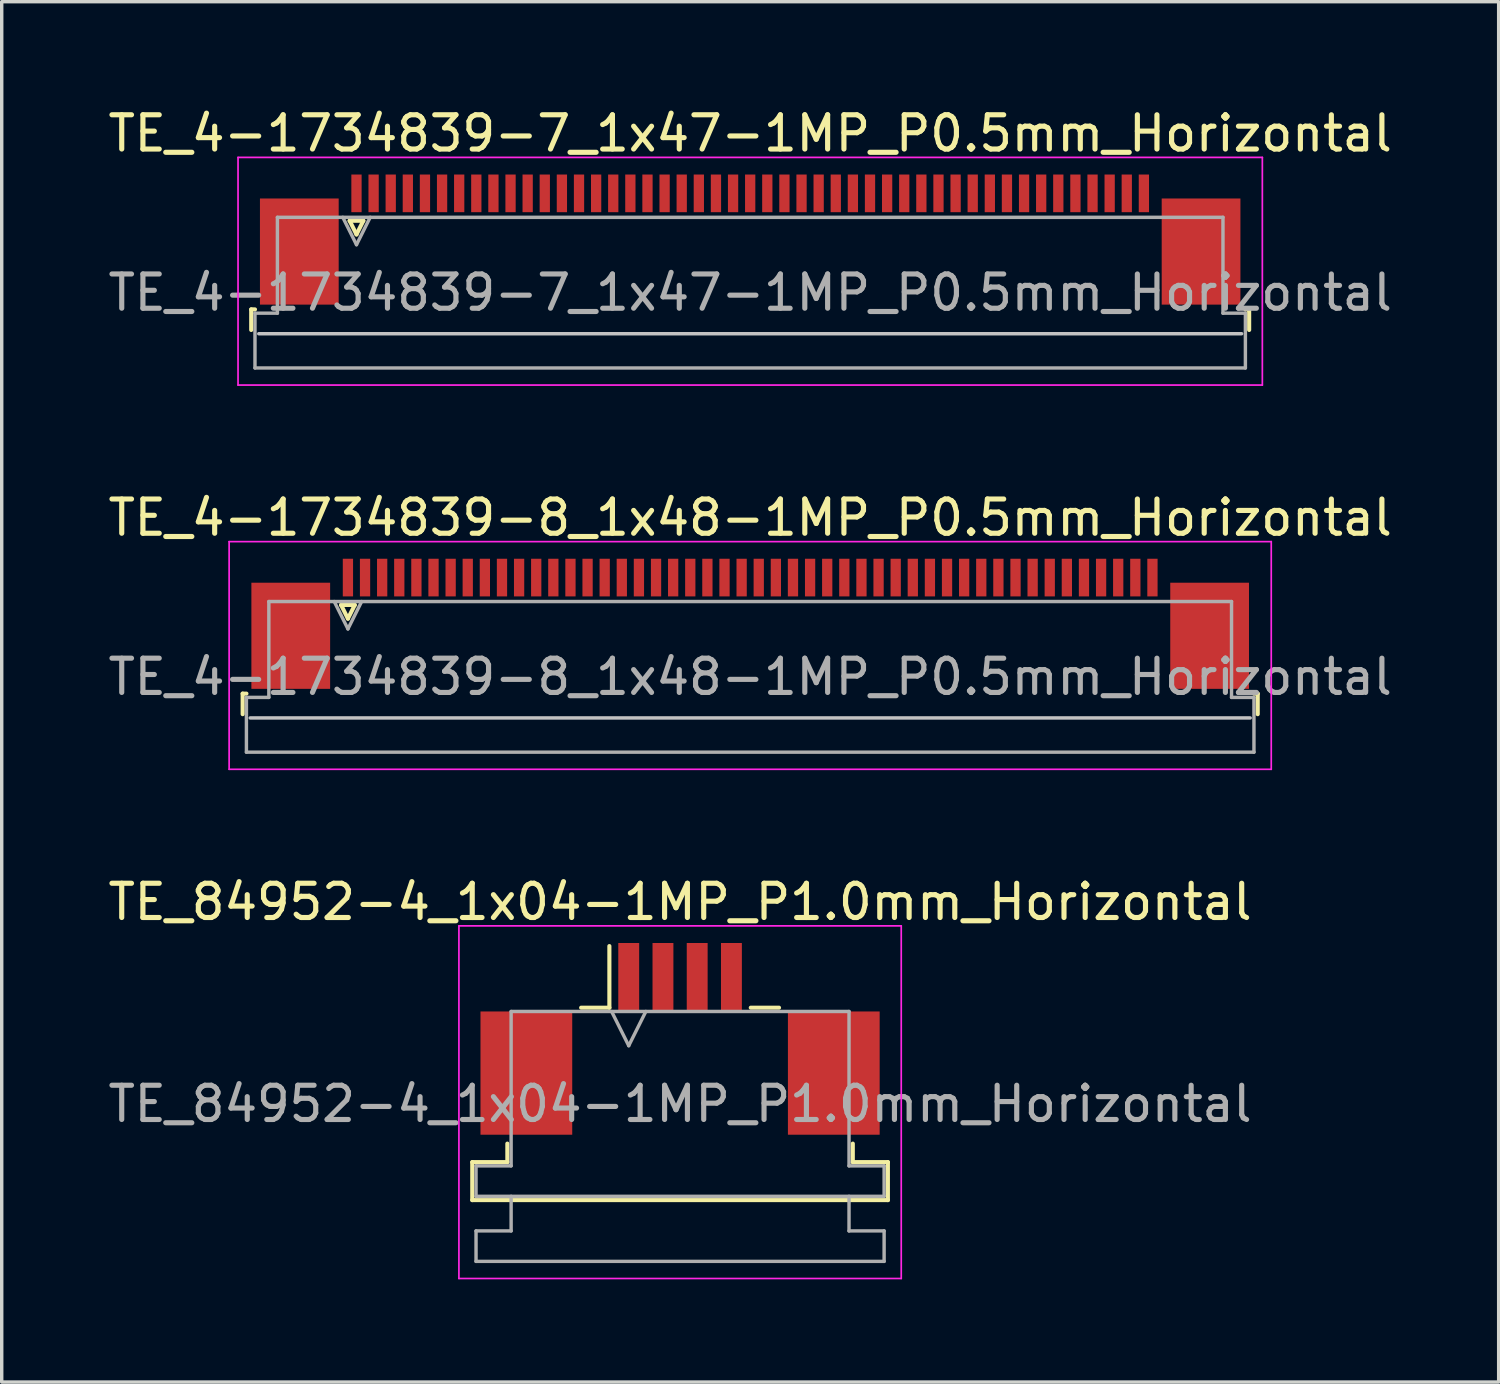
<source format=kicad_pcb>
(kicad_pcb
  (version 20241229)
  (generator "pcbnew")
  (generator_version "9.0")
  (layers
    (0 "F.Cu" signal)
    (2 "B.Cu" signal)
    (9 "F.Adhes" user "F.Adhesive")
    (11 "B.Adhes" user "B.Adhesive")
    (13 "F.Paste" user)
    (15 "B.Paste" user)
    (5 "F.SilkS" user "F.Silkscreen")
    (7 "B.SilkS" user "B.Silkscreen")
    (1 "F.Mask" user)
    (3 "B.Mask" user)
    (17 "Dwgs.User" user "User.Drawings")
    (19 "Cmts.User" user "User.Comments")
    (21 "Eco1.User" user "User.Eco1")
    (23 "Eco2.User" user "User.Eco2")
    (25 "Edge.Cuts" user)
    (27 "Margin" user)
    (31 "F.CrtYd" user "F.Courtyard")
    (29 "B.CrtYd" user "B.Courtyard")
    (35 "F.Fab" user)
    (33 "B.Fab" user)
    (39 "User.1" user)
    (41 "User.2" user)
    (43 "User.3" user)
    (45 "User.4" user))
  (footprint "TE_84952-4_1x04-1MP_P1.0mm_Horizontal"
    (layer "F.Cu")
    (at 16.815 27.295)
    (property "Reference" "TE_84952-4_1x04-1MP_P1.0mm_Horizontal" (at 0 -4 0) (layer "F.SilkS") (effects (font (size 1 1) (thickness 0.15))))
    (attr smd)
    (fp_line (start -6.07 3.6) (end -5.045 3.6) (stroke (width 0.12) (type solid)) (layer "F.SilkS"))
    (fp_line (start -6.07 4.71) (end -6.07 3.6) (stroke (width 0.12) (type solid)) (layer "F.SilkS"))
    (fp_line (start -5.045 3.6) (end -5.045 3.06) (stroke (width 0.12) (type solid)) (layer "F.SilkS"))
    (fp_line (start -2.89 -0.91) (end -2.065 -0.91) (stroke (width 0.12) (type solid)) (layer "F.SilkS"))
    (fp_line (start -2.065 -0.91) (end -2.065 -2.71) (stroke (width 0.12) (type solid)) (layer "F.SilkS"))
    (fp_line (start 2.065 -0.91) (end 2.89 -0.91) (stroke (width 0.12) (type solid)) (layer "F.SilkS"))
    (fp_line (start 5.045 3.06) (end 5.045 3.6) (stroke (width 0.12) (type solid)) (layer "F.SilkS"))
    (fp_line (start 5.045 3.6) (end 6.07 3.6) (stroke (width 0.12) (type solid)) (layer "F.SilkS"))
    (fp_line (start 6.07 3.6) (end 6.07 4.71) (stroke (width 0.12) (type solid)) (layer "F.SilkS"))
    (fp_line (start 6.07 4.71) (end -6.07 4.71) (stroke (width 0.12) (type solid)) (layer "F.SilkS"))
    (fp_line (start -6.46 -3.3) (end -6.46 7) (stroke (width 0.05) (type solid)) (layer "F.CrtYd"))
    (fp_line (start -6.46 7) (end 6.46 7) (stroke (width 0.05) (type solid)) (layer "F.CrtYd"))
    (fp_line (start 6.46 -3.3) (end -6.46 -3.3) (stroke (width 0.05) (type solid)) (layer "F.CrtYd"))
    (fp_line (start 6.46 7) (end 6.46 -3.3) (stroke (width 0.05) (type solid)) (layer "F.CrtYd"))
    (fp_line (start -5.96 3.71) (end -4.935 3.71) (stroke (width 0.1) (type solid)) (layer "F.Fab"))
    (fp_line (start -5.96 4.6) (end -5.96 3.71) (stroke (width 0.1) (type solid)) (layer "F.Fab"))
    (fp_line (start -5.96 5.61) (end -4.935 5.61) (stroke (width 0.1) (type solid)) (layer "F.Fab"))
    (fp_line (start -5.96 6.5) (end -5.96 5.61) (stroke (width 0.1) (type solid)) (layer "F.Fab"))
    (fp_line (start -4.935 -0.8) (end 4.935 -0.8) (stroke (width 0.1) (type solid)) (layer "F.Fab"))
    (fp_line (start -4.935 3.71) (end -4.935 -0.8) (stroke (width 0.1) (type solid)) (layer "F.Fab"))
    (fp_line (start -4.935 5.61) (end -4.935 4.6) (stroke (width 0.1) (type solid)) (layer "F.Fab"))
    (fp_line (start -2 -0.8) (end -1.5 0.2) (stroke (width 0.1) (type solid)) (layer "F.Fab"))
    (fp_line (start -1.5 0.2) (end -1 -0.8) (stroke (width 0.1) (type solid)) (layer "F.Fab"))
    (fp_line (start 4.935 -0.8) (end 4.935 3.71) (stroke (width 0.1) (type solid)) (layer "F.Fab"))
    (fp_line (start 4.935 3.71) (end 5.96 3.71) (stroke (width 0.1) (type solid)) (layer "F.Fab"))
    (fp_line (start 4.935 4.6) (end 4.935 5.61) (stroke (width 0.1) (type solid)) (layer "F.Fab"))
    (fp_line (start 4.935 5.61) (end 5.96 5.61) (stroke (width 0.1) (type solid)) (layer "F.Fab"))
    (fp_line (start 5.96 3.71) (end 5.96 4.6) (stroke (width 0.1) (type solid)) (layer "F.Fab"))
    (fp_line (start 5.96 4.6) (end -5.96 4.6) (stroke (width 0.1) (type solid)) (layer "F.Fab"))
    (fp_line (start 5.96 5.61) (end 5.96 6.5) (stroke (width 0.1) (type solid)) (layer "F.Fab"))
    (fp_line (start 5.96 6.5) (end -5.96 6.5) (stroke (width 0.1) (type solid)) (layer "F.Fab"))
    (fp_text user "${REFERENCE}" (at 0 1.9 0) (layer "F.Fab") (effects (font (size 1 1) (thickness 0.15))))
    (pad "1" smd rect (at -1.5 -1.8) (size 0.61 2) (layers "F.Cu" "F.Mask" "F.Paste"))
    (pad "2" smd rect (at -0.5 -1.8) (size 0.61 2) (layers "F.Cu" "F.Mask" "F.Paste"))
    (pad "3" smd rect (at 0.5 -1.8) (size 0.61 2) (layers "F.Cu" "F.Mask" "F.Paste"))
    (pad "4" smd rect (at 1.5 -1.8) (size 0.61 2) (layers "F.Cu" "F.Mask" "F.Paste"))
    (pad "MP" smd rect (at -4.49 1) (size 2.68 3.6) (layers "F.Cu" "F.Mask" "F.Paste"))
    (pad "MP" smd rect (at 4.49 1) (size 2.68 3.6) (layers "F.Cu" "F.Mask" "F.Paste")))
  (footprint "TE_4-1734839-8_1x48-1MP_P0.5mm_Horizontal"
    (layer "F.Cu")
    (at 18.863 15.171)
    (property "Reference" "TE_4-1734839-8_1x48-1MP_P0.5mm_Horizontal" (at 0 -3.1 0) (layer "F.SilkS") (effects (font (size 1 1) (thickness 0.15))))
    (attr smd)
    (fp_line (start -14.825 2.04) (end -14.825 2.64) (stroke (width 0.12) (type solid)) (layer "F.SilkS"))
    (fp_line (start -14.715 2.04) (end -14.825 2.04) (stroke (width 0.12) (type solid)) (layer "F.SilkS"))
    (fp_line (start -11.95 -0.55) (end -11.75 -0.15) (stroke (width 0.12) (type solid)) (layer "F.SilkS"))
    (fp_line (start -11.75 -0.15) (end -11.55 -0.55) (stroke (width 0.12) (type solid)) (layer "F.SilkS"))
    (fp_line (start -11.55 -0.55) (end -11.95 -0.55) (stroke (width 0.12) (type solid)) (layer "F.SilkS"))
    (fp_line (start 14.715 2.04) (end 14.825 2.04) (stroke (width 0.12) (type solid)) (layer "F.SilkS"))
    (fp_line (start 14.825 2.04) (end 14.825 2.64) (stroke (width 0.12) (type solid)) (layer "F.SilkS"))
    (fp_line (start 14.605 2.75) (end -14.605 2.75) (stroke (width 0.1) (type solid)) (layer "Dwgs.User"))
    (fp_line (start -15.22 -2.4) (end -15.22 4.25) (stroke (width 0.05) (type solid)) (layer "F.CrtYd"))
    (fp_line (start -15.22 4.25) (end 15.22 4.25) (stroke (width 0.05) (type solid)) (layer "F.CrtYd"))
    (fp_line (start 15.22 -2.4) (end -15.22 -2.4) (stroke (width 0.05) (type solid)) (layer "F.CrtYd"))
    (fp_line (start 15.22 4.25) (end 15.22 -2.4) (stroke (width 0.05) (type solid)) (layer "F.CrtYd"))
    (fp_line (start -14.715 2.15) (end -14.06 2.15) (stroke (width 0.1) (type solid)) (layer "F.Fab"))
    (fp_line (start -14.715 3.75) (end -14.715 2.15) (stroke (width 0.1) (type solid)) (layer "F.Fab"))
    (fp_line (start -14.06 -0.65) (end 14.06 -0.65) (stroke (width 0.1) (type solid)) (layer "F.Fab"))
    (fp_line (start -14.06 2.15) (end -14.06 -0.65) (stroke (width 0.1) (type solid)) (layer "F.Fab"))
    (fp_line (start -12.15 -0.65) (end -11.75 0.15) (stroke (width 0.1) (type solid)) (layer "F.Fab"))
    (fp_line (start -11.75 0.15) (end -11.35 -0.65) (stroke (width 0.1) (type solid)) (layer "F.Fab"))
    (fp_line (start 14.06 -0.65) (end 14.06 2.15) (stroke (width 0.1) (type solid)) (layer "F.Fab"))
    (fp_line (start 14.06 2.15) (end 14.715 2.15) (stroke (width 0.1) (type solid)) (layer "F.Fab"))
    (fp_line (start 14.715 2.15) (end 14.715 3.75) (stroke (width 0.1) (type solid)) (layer "F.Fab"))
    (fp_line (start 14.715 3.75) (end -14.715 3.75) (stroke (width 0.1) (type solid)) (layer "F.Fab"))
    (fp_text user "${REFERENCE}" (at 0 1.55 0) (layer "F.Fab") (effects (font (size 1 1) (thickness 0.15))))
    (pad "1" smd rect (at -11.75 -1.35) (size 0.3 1.1) (layers "F.Cu" "F.Mask" "F.Paste"))
    (pad "2" smd rect (at -11.25 -1.35) (size 0.3 1.1) (layers "F.Cu" "F.Mask" "F.Paste"))
    (pad "3" smd rect (at -10.75 -1.35) (size 0.3 1.1) (layers "F.Cu" "F.Mask" "F.Paste"))
    (pad "4" smd rect (at -10.25 -1.35) (size 0.3 1.1) (layers "F.Cu" "F.Mask" "F.Paste"))
    (pad "5" smd rect (at -9.75 -1.35) (size 0.3 1.1) (layers "F.Cu" "F.Mask" "F.Paste"))
    (pad "6" smd rect (at -9.25 -1.35) (size 0.3 1.1) (layers "F.Cu" "F.Mask" "F.Paste"))
    (pad "7" smd rect (at -8.75 -1.35) (size 0.3 1.1) (layers "F.Cu" "F.Mask" "F.Paste"))
    (pad "8" smd rect (at -8.25 -1.35) (size 0.3 1.1) (layers "F.Cu" "F.Mask" "F.Paste"))
    (pad "9" smd rect (at -7.75 -1.35) (size 0.3 1.1) (layers "F.Cu" "F.Mask" "F.Paste"))
    (pad "10" smd rect (at -7.25 -1.35) (size 0.3 1.1) (layers "F.Cu" "F.Mask" "F.Paste"))
    (pad "11" smd rect (at -6.75 -1.35) (size 0.3 1.1) (layers "F.Cu" "F.Mask" "F.Paste"))
    (pad "12" smd rect (at -6.25 -1.35) (size 0.3 1.1) (layers "F.Cu" "F.Mask" "F.Paste"))
    (pad "13" smd rect (at -5.75 -1.35) (size 0.3 1.1) (layers "F.Cu" "F.Mask" "F.Paste"))
    (pad "14" smd rect (at -5.25 -1.35) (size 0.3 1.1) (layers "F.Cu" "F.Mask" "F.Paste"))
    (pad "15" smd rect (at -4.75 -1.35) (size 0.3 1.1) (layers "F.Cu" "F.Mask" "F.Paste"))
    (pad "16" smd rect (at -4.25 -1.35) (size 0.3 1.1) (layers "F.Cu" "F.Mask" "F.Paste"))
    (pad "17" smd rect (at -3.75 -1.35) (size 0.3 1.1) (layers "F.Cu" "F.Mask" "F.Paste"))
    (pad "18" smd rect (at -3.25 -1.35) (size 0.3 1.1) (layers "F.Cu" "F.Mask" "F.Paste"))
    (pad "19" smd rect (at -2.75 -1.35) (size 0.3 1.1) (layers "F.Cu" "F.Mask" "F.Paste"))
    (pad "20" smd rect (at -2.25 -1.35) (size 0.3 1.1) (layers "F.Cu" "F.Mask" "F.Paste"))
    (pad "21" smd rect (at -1.75 -1.35) (size 0.3 1.1) (layers "F.Cu" "F.Mask" "F.Paste"))
    (pad "22" smd rect (at -1.25 -1.35) (size 0.3 1.1) (layers "F.Cu" "F.Mask" "F.Paste"))
    (pad "23" smd rect (at -0.75 -1.35) (size 0.3 1.1) (layers "F.Cu" "F.Mask" "F.Paste"))
    (pad "24" smd rect (at -0.25 -1.35) (size 0.3 1.1) (layers "F.Cu" "F.Mask" "F.Paste"))
    (pad "25" smd rect (at 0.25 -1.35) (size 0.3 1.1) (layers "F.Cu" "F.Mask" "F.Paste"))
    (pad "26" smd rect (at 0.75 -1.35) (size 0.3 1.1) (layers "F.Cu" "F.Mask" "F.Paste"))
    (pad "27" smd rect (at 1.25 -1.35) (size 0.3 1.1) (layers "F.Cu" "F.Mask" "F.Paste"))
    (pad "28" smd rect (at 1.75 -1.35) (size 0.3 1.1) (layers "F.Cu" "F.Mask" "F.Paste"))
    (pad "29" smd rect (at 2.25 -1.35) (size 0.3 1.1) (layers "F.Cu" "F.Mask" "F.Paste"))
    (pad "30" smd rect (at 2.75 -1.35) (size 0.3 1.1) (layers "F.Cu" "F.Mask" "F.Paste"))
    (pad "31" smd rect (at 3.25 -1.35) (size 0.3 1.1) (layers "F.Cu" "F.Mask" "F.Paste"))
    (pad "32" smd rect (at 3.75 -1.35) (size 0.3 1.1) (layers "F.Cu" "F.Mask" "F.Paste"))
    (pad "33" smd rect (at 4.25 -1.35) (size 0.3 1.1) (layers "F.Cu" "F.Mask" "F.Paste"))
    (pad "34" smd rect (at 4.75 -1.35) (size 0.3 1.1) (layers "F.Cu" "F.Mask" "F.Paste"))
    (pad "35" smd rect (at 5.25 -1.35) (size 0.3 1.1) (layers "F.Cu" "F.Mask" "F.Paste"))
    (pad "36" smd rect (at 5.75 -1.35) (size 0.3 1.1) (layers "F.Cu" "F.Mask" "F.Paste"))
    (pad "37" smd rect (at 6.25 -1.35) (size 0.3 1.1) (layers "F.Cu" "F.Mask" "F.Paste"))
    (pad "38" smd rect (at 6.75 -1.35) (size 0.3 1.1) (layers "F.Cu" "F.Mask" "F.Paste"))
    (pad "39" smd rect (at 7.25 -1.35) (size 0.3 1.1) (layers "F.Cu" "F.Mask" "F.Paste"))
    (pad "40" smd rect (at 7.75 -1.35) (size 0.3 1.1) (layers "F.Cu" "F.Mask" "F.Paste"))
    (pad "41" smd rect (at 8.25 -1.35) (size 0.3 1.1) (layers "F.Cu" "F.Mask" "F.Paste"))
    (pad "42" smd rect (at 8.75 -1.35) (size 0.3 1.1) (layers "F.Cu" "F.Mask" "F.Paste"))
    (pad "43" smd rect (at 9.25 -1.35) (size 0.3 1.1) (layers "F.Cu" "F.Mask" "F.Paste"))
    (pad "44" smd rect (at 9.75 -1.35) (size 0.3 1.1) (layers "F.Cu" "F.Mask" "F.Paste"))
    (pad "45" smd rect (at 10.25 -1.35) (size 0.3 1.1) (layers "F.Cu" "F.Mask" "F.Paste"))
    (pad "46" smd rect (at 10.75 -1.35) (size 0.3 1.1) (layers "F.Cu" "F.Mask" "F.Paste"))
    (pad "47" smd rect (at 11.25 -1.35) (size 0.3 1.1) (layers "F.Cu" "F.Mask" "F.Paste"))
    (pad "48" smd rect (at 11.75 -1.35) (size 0.3 1.1) (layers "F.Cu" "F.Mask" "F.Paste"))
    (pad "MP" smd rect (at -13.42 0.35) (size 2.3 3.1) (layers "F.Cu" "F.Mask" "F.Paste"))
    (pad "MP" smd rect (at 13.42 0.35) (size 2.3 3.1) (layers "F.Cu" "F.Mask" "F.Paste")))
  (footprint "TE_4-1734839-7_1x47-1MP_P0.5mm_Horizontal"
    (layer "F.Cu")
    (at 18.863 3.948)
    (property "Reference" "TE_4-1734839-7_1x47-1MP_P0.5mm_Horizontal" (at 0 -3.1 0) (layer "F.SilkS") (effects (font (size 1 1) (thickness 0.15))))
    (attr smd)
    (fp_line (start -14.575 2.04) (end -14.575 2.64) (stroke (width 0.12) (type solid)) (layer "F.SilkS"))
    (fp_line (start -14.465 2.04) (end -14.575 2.04) (stroke (width 0.12) (type solid)) (layer "F.SilkS"))
    (fp_line (start -11.7 -0.55) (end -11.5 -0.15) (stroke (width 0.12) (type solid)) (layer "F.SilkS"))
    (fp_line (start -11.5 -0.15) (end -11.3 -0.55) (stroke (width 0.12) (type solid)) (layer "F.SilkS"))
    (fp_line (start -11.3 -0.55) (end -11.7 -0.55) (stroke (width 0.12) (type solid)) (layer "F.SilkS"))
    (fp_line (start 14.465 2.04) (end 14.575 2.04) (stroke (width 0.12) (type solid)) (layer "F.SilkS"))
    (fp_line (start 14.575 2.04) (end 14.575 2.64) (stroke (width 0.12) (type solid)) (layer "F.SilkS"))
    (fp_line (start 14.355 2.75) (end -14.355 2.75) (stroke (width 0.1) (type solid)) (layer "Dwgs.User"))
    (fp_line (start -14.96 -2.4) (end -14.96 4.25) (stroke (width 0.05) (type solid)) (layer "F.CrtYd"))
    (fp_line (start -14.96 4.25) (end 14.96 4.25) (stroke (width 0.05) (type solid)) (layer "F.CrtYd"))
    (fp_line (start 14.96 -2.4) (end -14.96 -2.4) (stroke (width 0.05) (type solid)) (layer "F.CrtYd"))
    (fp_line (start 14.96 4.25) (end 14.96 -2.4) (stroke (width 0.05) (type solid)) (layer "F.CrtYd"))
    (fp_line (start -14.465 2.15) (end -13.81 2.15) (stroke (width 0.1) (type solid)) (layer "F.Fab"))
    (fp_line (start -14.465 3.75) (end -14.465 2.15) (stroke (width 0.1) (type solid)) (layer "F.Fab"))
    (fp_line (start -13.81 -0.65) (end 13.81 -0.65) (stroke (width 0.1) (type solid)) (layer "F.Fab"))
    (fp_line (start -13.81 2.15) (end -13.81 -0.65) (stroke (width 0.1) (type solid)) (layer "F.Fab"))
    (fp_line (start -11.9 -0.65) (end -11.5 0.15) (stroke (width 0.1) (type solid)) (layer "F.Fab"))
    (fp_line (start -11.5 0.15) (end -11.1 -0.65) (stroke (width 0.1) (type solid)) (layer "F.Fab"))
    (fp_line (start 13.81 -0.65) (end 13.81 2.15) (stroke (width 0.1) (type solid)) (layer "F.Fab"))
    (fp_line (start 13.81 2.15) (end 14.465 2.15) (stroke (width 0.1) (type solid)) (layer "F.Fab"))
    (fp_line (start 14.465 2.15) (end 14.465 3.75) (stroke (width 0.1) (type solid)) (layer "F.Fab"))
    (fp_line (start 14.465 3.75) (end -14.465 3.75) (stroke (width 0.1) (type solid)) (layer "F.Fab"))
    (fp_text user "${REFERENCE}" (at 0 1.55 0) (layer "F.Fab") (effects (font (size 1 1) (thickness 0.15))))
    (pad "1" smd rect (at -11.5 -1.35) (size 0.3 1.1) (layers "F.Cu" "F.Mask" "F.Paste"))
    (pad "2" smd rect (at -11 -1.35) (size 0.3 1.1) (layers "F.Cu" "F.Mask" "F.Paste"))
    (pad "3" smd rect (at -10.5 -1.35) (size 0.3 1.1) (layers "F.Cu" "F.Mask" "F.Paste"))
    (pad "4" smd rect (at -10 -1.35) (size 0.3 1.1) (layers "F.Cu" "F.Mask" "F.Paste"))
    (pad "5" smd rect (at -9.5 -1.35) (size 0.3 1.1) (layers "F.Cu" "F.Mask" "F.Paste"))
    (pad "6" smd rect (at -9 -1.35) (size 0.3 1.1) (layers "F.Cu" "F.Mask" "F.Paste"))
    (pad "7" smd rect (at -8.5 -1.35) (size 0.3 1.1) (layers "F.Cu" "F.Mask" "F.Paste"))
    (pad "8" smd rect (at -8 -1.35) (size 0.3 1.1) (layers "F.Cu" "F.Mask" "F.Paste"))
    (pad "9" smd rect (at -7.5 -1.35) (size 0.3 1.1) (layers "F.Cu" "F.Mask" "F.Paste"))
    (pad "10" smd rect (at -7 -1.35) (size 0.3 1.1) (layers "F.Cu" "F.Mask" "F.Paste"))
    (pad "11" smd rect (at -6.5 -1.35) (size 0.3 1.1) (layers "F.Cu" "F.Mask" "F.Paste"))
    (pad "12" smd rect (at -6 -1.35) (size 0.3 1.1) (layers "F.Cu" "F.Mask" "F.Paste"))
    (pad "13" smd rect (at -5.5 -1.35) (size 0.3 1.1) (layers "F.Cu" "F.Mask" "F.Paste"))
    (pad "14" smd rect (at -5 -1.35) (size 0.3 1.1) (layers "F.Cu" "F.Mask" "F.Paste"))
    (pad "15" smd rect (at -4.5 -1.35) (size 0.3 1.1) (layers "F.Cu" "F.Mask" "F.Paste"))
    (pad "16" smd rect (at -4 -1.35) (size 0.3 1.1) (layers "F.Cu" "F.Mask" "F.Paste"))
    (pad "17" smd rect (at -3.5 -1.35) (size 0.3 1.1) (layers "F.Cu" "F.Mask" "F.Paste"))
    (pad "18" smd rect (at -3 -1.35) (size 0.3 1.1) (layers "F.Cu" "F.Mask" "F.Paste"))
    (pad "19" smd rect (at -2.5 -1.35) (size 0.3 1.1) (layers "F.Cu" "F.Mask" "F.Paste"))
    (pad "20" smd rect (at -2 -1.35) (size 0.3 1.1) (layers "F.Cu" "F.Mask" "F.Paste"))
    (pad "21" smd rect (at -1.5 -1.35) (size 0.3 1.1) (layers "F.Cu" "F.Mask" "F.Paste"))
    (pad "22" smd rect (at -1 -1.35) (size 0.3 1.1) (layers "F.Cu" "F.Mask" "F.Paste"))
    (pad "23" smd rect (at -0.5 -1.35) (size 0.3 1.1) (layers "F.Cu" "F.Mask" "F.Paste"))
    (pad "24" smd rect (at 0 -1.35) (size 0.3 1.1) (layers "F.Cu" "F.Mask" "F.Paste"))
    (pad "25" smd rect (at 0.5 -1.35) (size 0.3 1.1) (layers "F.Cu" "F.Mask" "F.Paste"))
    (pad "26" smd rect (at 1 -1.35) (size 0.3 1.1) (layers "F.Cu" "F.Mask" "F.Paste"))
    (pad "27" smd rect (at 1.5 -1.35) (size 0.3 1.1) (layers "F.Cu" "F.Mask" "F.Paste"))
    (pad "28" smd rect (at 2 -1.35) (size 0.3 1.1) (layers "F.Cu" "F.Mask" "F.Paste"))
    (pad "29" smd rect (at 2.5 -1.35) (size 0.3 1.1) (layers "F.Cu" "F.Mask" "F.Paste"))
    (pad "30" smd rect (at 3 -1.35) (size 0.3 1.1) (layers "F.Cu" "F.Mask" "F.Paste"))
    (pad "31" smd rect (at 3.5 -1.35) (size 0.3 1.1) (layers "F.Cu" "F.Mask" "F.Paste"))
    (pad "32" smd rect (at 4 -1.35) (size 0.3 1.1) (layers "F.Cu" "F.Mask" "F.Paste"))
    (pad "33" smd rect (at 4.5 -1.35) (size 0.3 1.1) (layers "F.Cu" "F.Mask" "F.Paste"))
    (pad "34" smd rect (at 5 -1.35) (size 0.3 1.1) (layers "F.Cu" "F.Mask" "F.Paste"))
    (pad "35" smd rect (at 5.5 -1.35) (size 0.3 1.1) (layers "F.Cu" "F.Mask" "F.Paste"))
    (pad "36" smd rect (at 6 -1.35) (size 0.3 1.1) (layers "F.Cu" "F.Mask" "F.Paste"))
    (pad "37" smd rect (at 6.5 -1.35) (size 0.3 1.1) (layers "F.Cu" "F.Mask" "F.Paste"))
    (pad "38" smd rect (at 7 -1.35) (size 0.3 1.1) (layers "F.Cu" "F.Mask" "F.Paste"))
    (pad "39" smd rect (at 7.5 -1.35) (size 0.3 1.1) (layers "F.Cu" "F.Mask" "F.Paste"))
    (pad "40" smd rect (at 8 -1.35) (size 0.3 1.1) (layers "F.Cu" "F.Mask" "F.Paste"))
    (pad "41" smd rect (at 8.5 -1.35) (size 0.3 1.1) (layers "F.Cu" "F.Mask" "F.Paste"))
    (pad "42" smd rect (at 9 -1.35) (size 0.3 1.1) (layers "F.Cu" "F.Mask" "F.Paste"))
    (pad "43" smd rect (at 9.5 -1.35) (size 0.3 1.1) (layers "F.Cu" "F.Mask" "F.Paste"))
    (pad "44" smd rect (at 10 -1.35) (size 0.3 1.1) (layers "F.Cu" "F.Mask" "F.Paste"))
    (pad "45" smd rect (at 10.5 -1.35) (size 0.3 1.1) (layers "F.Cu" "F.Mask" "F.Paste"))
    (pad "46" smd rect (at 11 -1.35) (size 0.3 1.1) (layers "F.Cu" "F.Mask" "F.Paste"))
    (pad "47" smd rect (at 11.5 -1.35) (size 0.3 1.1) (layers "F.Cu" "F.Mask" "F.Paste"))
    (pad "MP" smd rect (at -13.17 0.35) (size 2.3 3.1) (layers "F.Cu" "F.Mask" "F.Paste"))
    (pad "MP" smd rect (at 13.17 0.35) (size 2.3 3.1) (layers "F.Cu" "F.Mask" "F.Paste")))
  (gr_rect
    (start -3 -3)
    (end 40.726 37.32)
    (stroke (width 0.1) (type default))
    (fill no)
    (layer "Edge.Cuts")))
</source>
